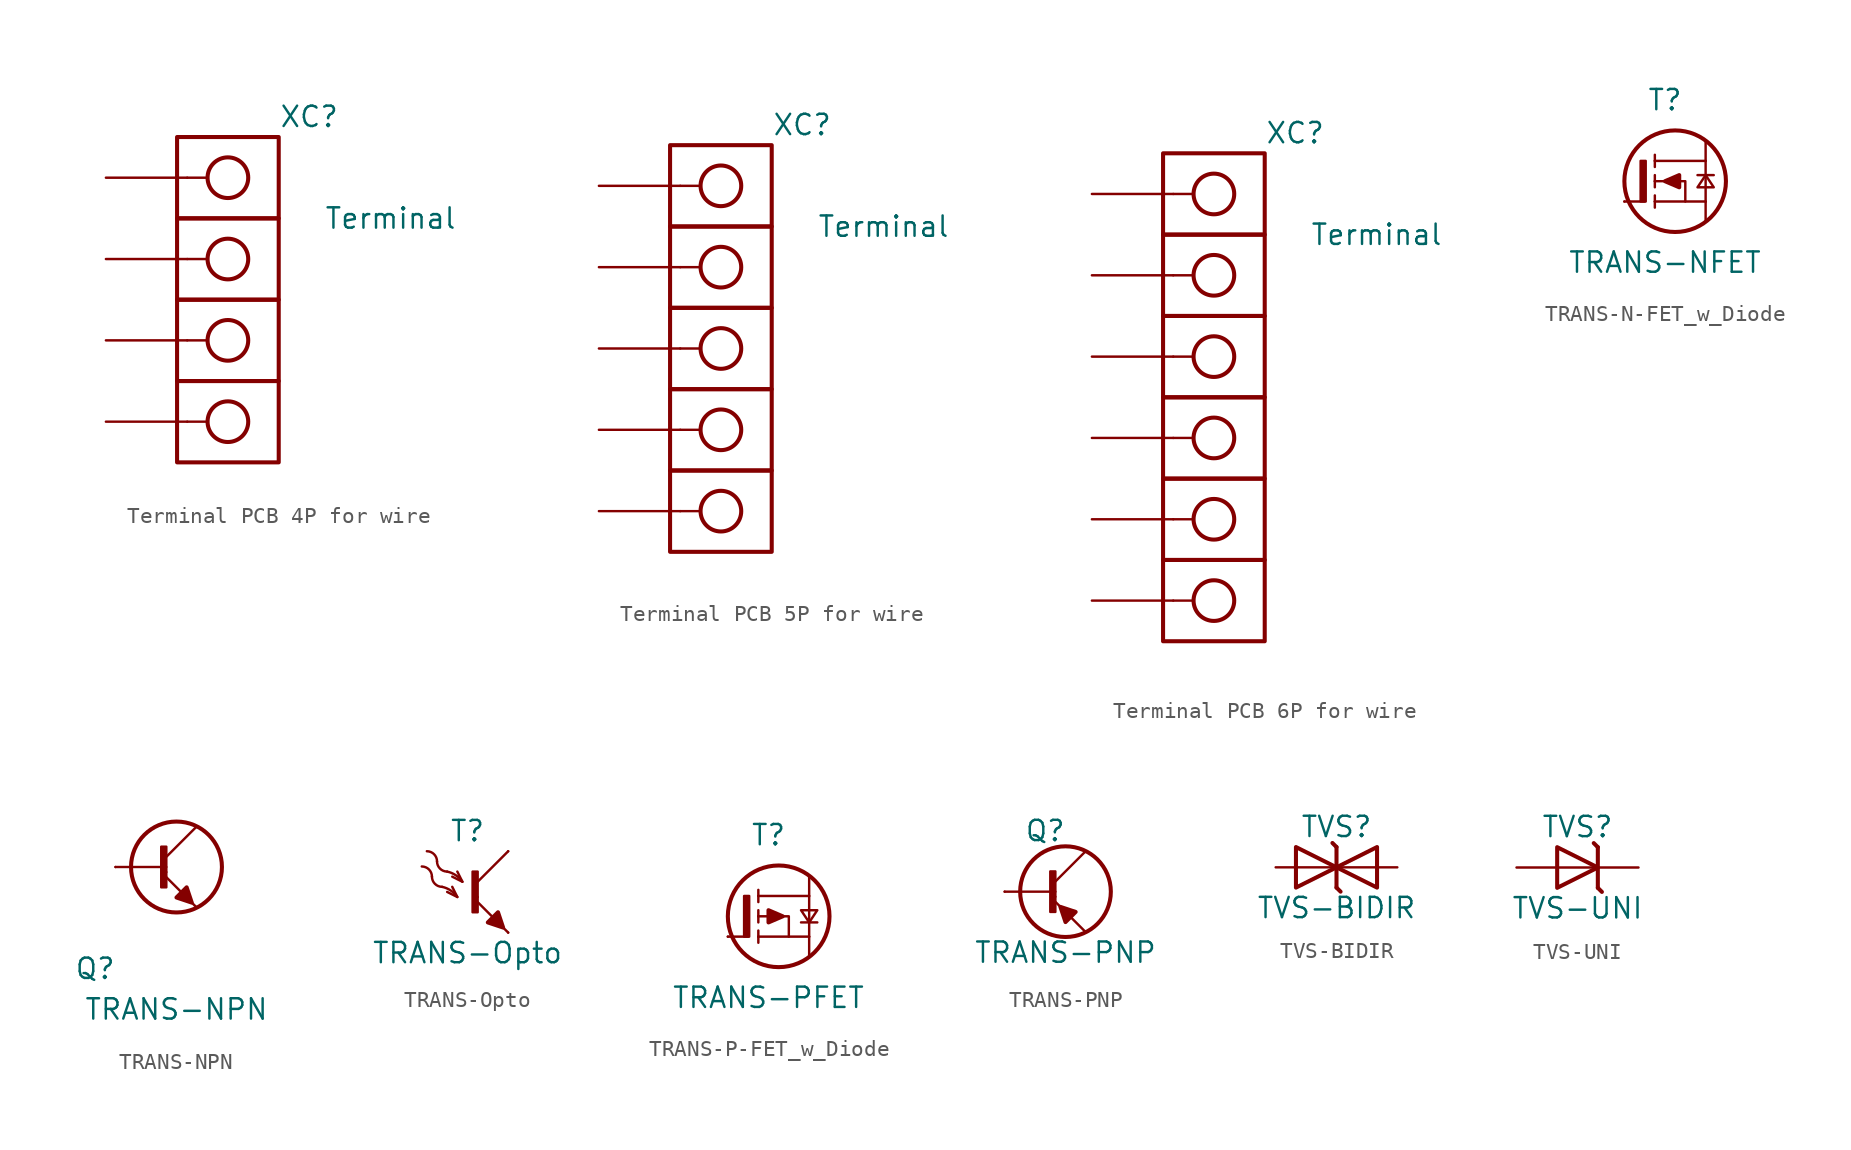
<source format=kicad_sym>
(kicad_symbol_lib
  (version 20220914)
  (generator kicad_symbol_editor)
  (symbol "Terminal PCB 4P for wire"
    (pin_numbers hide)
    (pin_names
      (offset 1.016) hide)
    (property "Reference" "XC"
      (at 5.08 11.43 0)
      (effects (font (size 1.27 1.27))))
    (property "Value" "Terminal"
      (at 10.16 5.08 0)
      (effects (font (size 1.27 1.27))))
    (symbol "Terminal PCB 4P for wire_1_0"
      (polyline (pts (xy -2.54 -7.62) (xy -1.27 -7.62)) (stroke (width 0) (type default)) (fill (type none)))
      (polyline (pts (xy -2.54 -2.54) (xy -1.27 -2.54)) (stroke (width 0) (type default)) (fill (type none)))
      (polyline (pts (xy -2.54 2.54) (xy -1.27 2.54)) (stroke (width 0) (type default)) (fill (type none)))
      (polyline (pts (xy -2.54 7.62) (xy -1.27 7.62)) (stroke (width 0) (type default)) (fill (type none))))
    (symbol "Terminal PCB 4P for wire_1_1"
      (rectangle (start -3.175 -5.08) (end 3.175 -10.16) (stroke (width 0.254) (type default)) (fill (type none)))
      (rectangle (start -3.175 0) (end 3.175 -5.08) (stroke (width 0.254) (type default)) (fill (type none)))
      (rectangle (start -3.175 5.08) (end 3.175 0) (stroke (width 0.254) (type default)) (fill (type none)))
      (rectangle (start -3.175 10.16) (end 3.175 5.08) (stroke (width 0.254) (type default)) (fill (type none)))
      (circle (center 0 -7.62) (radius 1.27) (stroke (width 0.254) (type default)) (fill (type none)))
      (circle (center 0 -2.54) (radius 1.27) (stroke (width 0.254) (type default)) (fill (type none)))
      (circle (center 0 2.54) (radius 1.27) (stroke (width 0.254) (type default)) (fill (type none)))
      (circle (center 0 7.62) (radius 1.27) (stroke (width 0.254) (type default)) (fill (type none)))
      (pin passive line (at -7.62 7.62 0) (length 5.08) (name "1" (effects (font (size 1.27 1.27)))) (number "1" (effects (font (size 1.27 1.27)))))
      (pin passive line (at -7.62 2.54 0) (length 5.08) (name "2" (effects (font (size 1.27 1.27)))) (number "2" (effects (font (size 1.27 1.27)))))
      (pin passive line (at -7.62 -2.54 0) (length 5.08) (name "3" (effects (font (size 1.27 1.27)))) (number "3" (effects (font (size 1.27 1.27)))))
      (pin passive line (at -7.62 -7.62 0) (length 5.08) (name "4" (effects (font (size 1.27 1.27)))) (number "4" (effects (font (size 1.27 1.27)))))))
  (symbol "Terminal PCB 5P for wire"
    (pin_numbers hide)
    (pin_names
      (offset 1.016) hide)
    (property "Reference" "XC"
      (at 5.08 13.97 0)
      (effects (font (size 1.27 1.27))))
    (property "Value" "Terminal"
      (at 10.16 7.62 0)
      (effects (font (size 1.27 1.27))))
    (symbol "Terminal PCB 5P for wire_1_0"
      (polyline (pts (xy -2.54 -10.16) (xy -1.27 -10.16)) (stroke (width 0) (type default)) (fill (type none)))
      (polyline (pts (xy -2.54 -5.08) (xy -1.27 -5.08)) (stroke (width 0) (type default)) (fill (type none)))
      (polyline (pts (xy -2.54 0) (xy -1.27 0)) (stroke (width 0) (type default)) (fill (type none)))
      (polyline (pts (xy -2.54 5.08) (xy -1.27 5.08)) (stroke (width 0) (type default)) (fill (type none)))
      (polyline (pts (xy -2.54 10.16) (xy -1.27 10.16)) (stroke (width 0) (type default)) (fill (type none))))
    (symbol "Terminal PCB 5P for wire_1_1"
      (rectangle (start -3.175 -7.62) (end 3.175 -12.7) (stroke (width 0.254) (type default)) (fill (type none)))
      (rectangle (start -3.175 -2.54) (end 3.175 -7.62) (stroke (width 0.254) (type default)) (fill (type none)))
      (rectangle (start -3.175 2.54) (end 3.175 -2.54) (stroke (width 0.254) (type default)) (fill (type none)))
      (rectangle (start -3.175 7.62) (end 3.175 2.54) (stroke (width 0.254) (type default)) (fill (type none)))
      (rectangle (start -3.175 12.7) (end 3.175 7.62) (stroke (width 0.254) (type default)) (fill (type none)))
      (circle (center 0 -10.16) (radius 1.27) (stroke (width 0.254) (type default)) (fill (type none)))
      (circle (center 0 -5.08) (radius 1.27) (stroke (width 0.254) (type default)) (fill (type none)))
      (circle (center 0 0) (radius 1.27) (stroke (width 0.254) (type default)) (fill (type none)))
      (circle (center 0 5.08) (radius 1.27) (stroke (width 0.254) (type default)) (fill (type none)))
      (circle (center 0 10.16) (radius 1.27) (stroke (width 0.254) (type default)) (fill (type none)))
      (pin passive line (at -7.62 10.16 0) (length 5.08) (name "1" (effects (font (size 1.27 1.27)))) (number "1" (effects (font (size 1.27 1.27)))))
      (pin passive line (at -7.62 5.08 0) (length 5.08) (name "2" (effects (font (size 1.27 1.27)))) (number "2" (effects (font (size 1.27 1.27)))))
      (pin passive line (at -7.62 0 0) (length 5.08) (name "3" (effects (font (size 1.27 1.27)))) (number "3" (effects (font (size 1.27 1.27)))))
      (pin passive line (at -7.62 -5.08 0) (length 5.08) (name "4" (effects (font (size 1.27 1.27)))) (number "4" (effects (font (size 1.27 1.27)))))
      (pin passive line (at -7.62 -10.16 0) (length 5.08) (name "5" (effects (font (size 1.27 1.27)))) (number "5" (effects (font (size 1.27 1.27)))))))
  (symbol "Terminal PCB 6P for wire"
    (pin_numbers hide)
    (pin_names
      (offset 1.016) hide)
    (property "Reference" "XC"
      (at 5.08 16.51 0)
      (effects (font (size 1.27 1.27))))
    (property "Value" "Terminal"
      (at 10.16 10.16 0)
      (effects (font (size 1.27 1.27))))
    (symbol "Terminal PCB 6P for wire_1_0"
      (polyline (pts (xy -2.54 -12.7) (xy -1.27 -12.7)) (stroke (width 0) (type default)) (fill (type none)))
      (polyline (pts (xy -2.54 -7.62) (xy -1.27 -7.62)) (stroke (width 0) (type default)) (fill (type none)))
      (polyline (pts (xy -2.54 -2.54) (xy -1.27 -2.54)) (stroke (width 0) (type default)) (fill (type none)))
      (polyline (pts (xy -2.54 2.54) (xy -1.27 2.54)) (stroke (width 0) (type default)) (fill (type none)))
      (polyline (pts (xy -2.54 7.62) (xy -1.27 7.62)) (stroke (width 0) (type default)) (fill (type none)))
      (polyline (pts (xy -2.54 12.7) (xy -1.27 12.7)) (stroke (width 0) (type default)) (fill (type none))))
    (symbol "Terminal PCB 6P for wire_1_1"
      (rectangle (start -3.175 -10.16) (end 3.175 -15.24) (stroke (width 0.254) (type default)) (fill (type none)))
      (rectangle (start -3.175 -5.08) (end 3.175 -10.16) (stroke (width 0.254) (type default)) (fill (type none)))
      (rectangle (start -3.175 0) (end 3.175 -5.08) (stroke (width 0.254) (type default)) (fill (type none)))
      (rectangle (start -3.175 5.08) (end 3.175 0) (stroke (width 0.254) (type default)) (fill (type none)))
      (rectangle (start -3.175 10.16) (end 3.175 5.08) (stroke (width 0.254) (type default)) (fill (type none)))
      (rectangle (start -3.175 15.24) (end 3.175 10.16) (stroke (width 0.254) (type default)) (fill (type none)))
      (circle (center 0 -12.7) (radius 1.27) (stroke (width 0.254) (type default)) (fill (type none)))
      (circle (center 0 -7.62) (radius 1.27) (stroke (width 0.254) (type default)) (fill (type none)))
      (circle (center 0 -2.54) (radius 1.27) (stroke (width 0.254) (type default)) (fill (type none)))
      (circle (center 0 2.54) (radius 1.27) (stroke (width 0.254) (type default)) (fill (type none)))
      (circle (center 0 7.62) (radius 1.27) (stroke (width 0.254) (type default)) (fill (type none)))
      (circle (center 0 12.7) (radius 1.27) (stroke (width 0.254) (type default)) (fill (type none)))
      (pin passive line (at -7.62 12.7 0) (length 5.08) (name "1" (effects (font (size 1.27 1.27)))) (number "1" (effects (font (size 1.27 1.27)))))
      (pin passive line (at -7.62 7.62 0) (length 5.08) (name "2" (effects (font (size 1.27 1.27)))) (number "2" (effects (font (size 1.27 1.27)))))
      (pin passive line (at -7.62 2.54 0) (length 5.08) (name "3" (effects (font (size 1.27 1.27)))) (number "3" (effects (font (size 1.27 1.27)))))
      (pin passive line (at -7.62 -2.54 0) (length 5.08) (name "4" (effects (font (size 1.27 1.27)))) (number "4" (effects (font (size 1.27 1.27)))))
      (pin passive line (at -7.62 -7.62 0) (length 5.08) (name "5" (effects (font (size 1.27 1.27)))) (number "5" (effects (font (size 1.27 1.27)))))
      (pin passive line (at -7.62 -12.7 0) (length 5.08) (name "6" (effects (font (size 1.27 1.27)))) (number "6" (effects (font (size 1.27 1.27)))))))
  (symbol "TRANS-N-FET_w_Diode"
    (pin_numbers hide)
    (pin_names
      (offset 1.016) hide)
    (property "Reference" "T"
      (at 0 5.08 0)
      (effects (font (size 1.27 1.27))))
    (property "Value" "TRANS-NFET"
      (at 0 -5.08 0)
      (effects (font (size 1.27 1.27))))
    (symbol "TRANS-N-FET_w_Diode_0_0"
      (polyline (pts (xy -0.635 -1.27) (xy -0.635 -1.651)) (stroke (width 0) (type solid)) (fill (type none)))
      (polyline (pts (xy -0.635 -1.27) (xy -0.635 -0.889)) (stroke (width 0) (type solid)) (fill (type none)))
      (polyline (pts (xy -0.635 0) (xy -0.635 -0.381)) (stroke (width 0) (type solid)) (fill (type none)))
      (polyline (pts (xy -0.635 0) (xy -0.635 0.381)) (stroke (width 0) (type solid)) (fill (type none)))
      (polyline (pts (xy -0.635 1.27) (xy -0.635 0.889)) (stroke (width 0) (type solid)) (fill (type none)))
      (polyline (pts (xy -0.635 1.27) (xy -0.635 1.651)) (stroke (width 0) (type solid)) (fill (type none)))
      (polyline (pts (xy 2.032 0.381) (xy 3.048 0.381)) (stroke (width 0) (type solid)) (fill (type none)))
      (polyline (pts (xy 2.54 -2.54) (xy 2.54 -1.27)) (stroke (width 0) (type solid)) (fill (type none)))
      (polyline (pts (xy 2.54 -1.27) (xy -0.635 -1.27)) (stroke (width 0) (type solid)) (fill (type none)))
      (polyline (pts (xy 2.54 1.27) (xy -0.635 1.27)) (stroke (width 0) (type solid)) (fill (type none)))
      (polyline (pts (xy 2.54 1.27) (xy 2.54 -1.27)) (stroke (width 0) (type solid)) (fill (type none)))
      (polyline (pts (xy 2.54 1.27) (xy 2.54 2.54)) (stroke (width 0) (type solid)) (fill (type none)))
      (polyline (pts (xy 2.032 -0.381) (xy 3.048 -0.381) (xy 2.54 0.381) (xy 2.032 -0.381)) (stroke (width 0) (type solid)) (fill (type none)))
      (polyline (pts (xy -0.635 0) (xy -0.127 0) (xy 0.635 0) (xy 1.27 0) (xy 1.27 -1.27)) (stroke (width 0) (type solid)) (fill (type none))))
    (symbol "TRANS-N-FET_w_Diode_0_1"
      (rectangle (start -1.524 1.27) (end -1.206 -1.27) (stroke (width 0) (type default)) (fill (type outline)))
      (polyline (pts (xy -2.54 -1.27) (xy -1.27 -1.27)) (stroke (width 0) (type default)) (fill (type none)))
      (polyline (pts (xy 0 0) (xy 0.889 -0.381) (xy 0.889 0.381) (xy 0 0)) (stroke (width 0.254) (type default)) (fill (type outline))))
    (symbol "TRANS-N-FET_w_Diode_1_0"
      (circle (center 0.635 0) (radius 3.175) (stroke (width 0.254) (type solid)) (fill (type none))))
    (symbol "TRANS-N-FET_w_Diode_1_1"
      (pin passive line (at 2.54 2.54 180) (length 0) (name "D" (effects (font (size 1.27 1.27)))) (number "D" (effects (font (size 1.27 1.27)))))
      (pin passive line (at -2.54 -1.27 0) (length 0) (name "G" (effects (font (size 1.27 1.27)))) (number "G" (effects (font (size 1.27 1.27)))))
      (pin passive line (at 2.54 -2.54 180) (length 0) (name "S" (effects (font (size 1.27 1.27)))) (number "S" (effects (font (size 1.27 1.27)))))))
  (symbol "TRANS-NPN"
    (pin_numbers hide)
    (pin_names
      (offset 1.016) hide)
    (property "Reference" "Q"
      (at -5.08 -6.35 0)
      (effects (font (size 1.27 1.27))))
    (property "Value" "TRANS-NPN"
      (at 0 -8.89 0)
      (effects (font (size 1.27 1.27))))
    (symbol "TRANS-NPN_0_1"
      (rectangle (start -0.953 1.27) (end -0.635 -1.27) (stroke (width 0) (type default)) (fill (type outline)))
      (rectangle (start -0.635 -0.318) (end -0.635 -0.318) (stroke (width 0) (type default)) (fill (type none)))
      (polyline (pts (xy -3.81 0) (xy -0.635 0)) (stroke (width 0) (type default)) (fill (type none)))
      (polyline (pts (xy -0.635 -0.635) (xy 1.27 -2.54)) (stroke (width 0) (type default)) (fill (type none)))
      (polyline (pts (xy 1.27 2.54) (xy -0.635 0.635)) (stroke (width 0) (type default)) (fill (type none)))
      (polyline (pts (xy 0.953 -2.223) (xy 0.635 -1.27) (xy 0 -1.905) (xy 0.953 -2.223)) (stroke (width 0.254) (type default)) (fill (type outline))))
    (symbol "TRANS-NPN_1_0"
      (circle (center 0 0) (radius 2.84) (stroke (width 0.254) (type solid)) (fill (type none))))
    (symbol "TRANS-NPN_1_1"
      (pin passive line (at -3.81 0 0) (length 0) (name "B" (effects (font (size 1.27 1.27)))) (number "B" (effects (font (size 1.27 1.27)))))
      (pin passive line (at 1.27 2.54 180) (length 0) (name "C" (effects (font (size 1.27 1.27)))) (number "C" (effects (font (size 1.27 1.27)))))
      (pin passive line (at 1.27 -2.54 180) (length 0) (name "E" (effects (font (size 1.27 1.27)))) (number "E" (effects (font (size 1.27 1.27)))))))
  (symbol "TRANS-Opto"
    (pin_numbers hide)
    (pin_names
      (offset 1.016) hide)
    (property "Reference" "T"
      (at 0 3.81 0)
      (effects (font (size 1.27 1.27))))
    (property "Value" "TRANS-Opto"
      (at 0 -3.81 0)
      (effects (font (size 1.27 1.27))))
    (symbol "TRANS-Opto_0_1"
      (arc (start -2.2225 0.9525) (mid -2.0359 0.5041) (end -1.5875 0.3175) (stroke (width 0) (type default)) (fill (type none)))
      (arc (start -2.2204 0.9546) (mid -2.407 1.403) (end -2.8554 1.5896) (stroke (width 0) (type default)) (fill (type none)))
      (arc (start -1.905 1.905) (mid -1.7184 1.4566) (end -1.27 1.27) (stroke (width 0) (type default)) (fill (type none)))
      (arc (start -1.9029 1.9071) (mid -2.0895 2.3555) (end -2.5379 2.5421) (stroke (width 0) (type default)) (fill (type none)))
      (arc (start -0.635 -0.3175) (mid -1.0507 0.0909) (end -1.5875 0.3175) (stroke (width 0) (type default)) (fill (type none)))
      (arc (start -0.3175 0.635) (mid -0.7332 1.0434) (end -1.27 1.27) (stroke (width 0) (type default)) (fill (type none)))
      (polyline (pts (xy 0.635 -0.635) (xy 2.54 -2.54)) (stroke (width 0) (type default)) (fill (type none)))
      (polyline (pts (xy 2.54 2.54) (xy 0.635 0.635)) (stroke (width 0) (type default)) (fill (type none)))
      (polyline (pts (xy -1.27 0) (xy -0.635 -0.318) (xy -0.953 0.318)) (stroke (width 0) (type default)) (fill (type none)))
      (polyline (pts (xy -0.953 0.953) (xy -0.318 0.635) (xy -0.635 1.27)) (stroke (width 0) (type default)) (fill (type none)))
      (polyline (pts (xy 2.223 -2.223) (xy 1.905 -1.27) (xy 1.27 -1.905) (xy 2.223 -2.223)) (stroke (width 0.254) (type default)) (fill (type outline)))
      (rectangle (start 0.318 1.27) (end 0.635 -1.27) (stroke (width 0) (type default)) (fill (type outline)))
      (rectangle (start 0.635 -0.318) (end 0.635 -0.318) (stroke (width 0) (type default)) (fill (type none))))
    (symbol "TRANS-Opto_1_1"
      (pin passive line (at 2.54 -2.54 180) (length 0) (name "E" (effects (font (size 1.27 1.27)))) (number "1" (effects (font (size 1.27 1.27)))))
      (pin passive line (at 2.54 2.54 180) (length 0) (name "C" (effects (font (size 1.27 1.27)))) (number "4" (effects (font (size 1.27 1.27)))))))
  (symbol "TRANS-P-FET_w_Diode"
    (pin_numbers hide)
    (pin_names
      (offset 1.016) hide)
    (property "Reference" "T"
      (at 0 5.08 0)
      (effects (font (size 1.27 1.27))))
    (property "Value" "TRANS-PFET"
      (at 0 -5.08 0)
      (effects (font (size 1.27 1.27))))
    (symbol "TRANS-P-FET_w_Diode_0_0"
      (polyline (pts (xy -0.635 -1.27) (xy -0.635 -1.651)) (stroke (width 0) (type solid)) (fill (type none)))
      (polyline (pts (xy -0.635 -1.27) (xy -0.635 -0.889)) (stroke (width 0) (type solid)) (fill (type none)))
      (polyline (pts (xy -0.635 0) (xy -0.635 -0.381)) (stroke (width 0) (type solid)) (fill (type none)))
      (polyline (pts (xy -0.635 0) (xy -0.635 0.381)) (stroke (width 0) (type solid)) (fill (type none)))
      (polyline (pts (xy -0.635 1.27) (xy -0.635 0.889)) (stroke (width 0) (type solid)) (fill (type none)))
      (polyline (pts (xy -0.635 1.27) (xy -0.635 1.651)) (stroke (width 0) (type solid)) (fill (type none)))
      (polyline (pts (xy 2.54 -2.54) (xy 2.54 -1.27)) (stroke (width 0) (type solid)) (fill (type none)))
      (polyline (pts (xy 2.54 -1.27) (xy -0.635 -1.27)) (stroke (width 0) (type solid)) (fill (type none)))
      (polyline (pts (xy 2.54 1.27) (xy -0.635 1.27)) (stroke (width 0) (type solid)) (fill (type none)))
      (polyline (pts (xy 2.54 1.27) (xy 2.54 -1.27)) (stroke (width 0) (type solid)) (fill (type none)))
      (polyline (pts (xy 2.54 1.27) (xy 2.54 2.54)) (stroke (width 0) (type solid)) (fill (type none)))
      (polyline (pts (xy 3.048 -0.381) (xy 2.032 -0.381)) (stroke (width 0) (type solid)) (fill (type none)))
      (polyline (pts (xy 3.048 0.381) (xy 2.032 0.381) (xy 2.54 -0.381) (xy 3.048 0.381)) (stroke (width 0) (type solid)) (fill (type none)))
      (polyline (pts (xy -0.635 0) (xy -0.127 0) (xy 0.635 0) (xy 1.27 0) (xy 1.27 -1.27)) (stroke (width 0) (type solid)) (fill (type none))))
    (symbol "TRANS-P-FET_w_Diode_0_1"
      (rectangle (start -1.524 1.27) (end -1.206 -1.27) (stroke (width 0) (type default)) (fill (type outline)))
      (polyline (pts (xy -2.54 -1.27) (xy -1.27 -1.27)) (stroke (width 0) (type default)) (fill (type none)))
      (polyline (pts (xy 0.889 0) (xy 0 -0.381) (xy 0 0.381) (xy 0.889 0)) (stroke (width 0.254) (type default)) (fill (type outline))))
    (symbol "TRANS-P-FET_w_Diode_1_0"
      (circle (center 0.635 0) (radius 3.175) (stroke (width 0.254) (type solid)) (fill (type none))))
    (symbol "TRANS-P-FET_w_Diode_1_1"
      (pin passive line (at 2.54 2.54 180) (length 0) (name "D" (effects (font (size 1.27 1.27)))) (number "D" (effects (font (size 1.27 1.27)))))
      (pin passive line (at -2.54 -1.27 0) (length 0) (name "G" (effects (font (size 1.27 1.27)))) (number "G" (effects (font (size 1.27 1.27)))))
      (pin passive line (at 2.54 -2.54 180) (length 0) (name "S" (effects (font (size 1.27 1.27)))) (number "S" (effects (font (size 1.27 1.27)))))))
  (symbol "TRANS-PNP"
    (pin_numbers hide)
    (pin_names
      (offset 1.016) hide)
    (property "Reference" "Q"
      (at -1.27 3.81 0)
      (effects (font (size 1.27 1.27))))
    (property "Value" "TRANS-PNP"
      (at 0 -3.81 0)
      (effects (font (size 1.27 1.27))))
    (symbol "TRANS-PNP_0_1"
      (rectangle (start -0.953 1.27) (end -0.635 -1.27) (stroke (width 0) (type default)) (fill (type outline)))
      (rectangle (start -0.635 -0.318) (end -0.635 -0.318) (stroke (width 0) (type default)) (fill (type none)))
      (polyline (pts (xy -3.81 0) (xy -0.635 0)) (stroke (width 0) (type default)) (fill (type none)))
      (polyline (pts (xy -0.635 -0.635) (xy 1.27 -2.54)) (stroke (width 0) (type default)) (fill (type none)))
      (polyline (pts (xy 1.27 2.54) (xy -0.635 0.635)) (stroke (width 0) (type default)) (fill (type none)))
      (polyline (pts (xy -0.318 -0.953) (xy 0 -1.905) (xy 0.635 -1.27) (xy -0.318 -0.953)) (stroke (width 0.254) (type default)) (fill (type outline))))
    (symbol "TRANS-PNP_1_0"
      (circle (center 0 0) (radius 2.84) (stroke (width 0.254) (type solid)) (fill (type none))))
    (symbol "TRANS-PNP_1_1"
      (pin passive line (at -3.81 0 0) (length 0) (name "B" (effects (font (size 1.27 1.27)))) (number "B" (effects (font (size 1.27 1.27)))))
      (pin passive line (at 1.27 2.54 180) (length 0) (name "C" (effects (font (size 1.27 1.27)))) (number "C" (effects (font (size 1.27 1.27)))))
      (pin passive line (at 1.27 -2.54 180) (length 0) (name "E" (effects (font (size 1.27 1.27)))) (number "E" (effects (font (size 1.27 1.27)))))))
  (symbol "TVS-BIDIR"
    (pin_numbers hide)
    (pin_names
      (offset 0) hide)
    (property "Reference" "TVS"
      (at 0 2.54 0)
      (effects (font (size 1.27 1.27))))
    (property "Value" "TVS-BIDIR"
      (at 0 -2.54 0)
      (effects (font (size 1.27 1.27))))
    (symbol "TVS-BIDIR_0_0"
      (polyline (pts (xy 0 0) (xy -2.54 0)) (stroke (width 0.152) (type default)) (fill (type none)))
      (polyline (pts (xy 2.54 0) (xy 0 0)) (stroke (width 0.152) (type default)) (fill (type none))))
    (symbol "TVS-BIDIR_0_1"
      (polyline (pts (xy 0 1.27) (xy -0.254 1.524)) (stroke (width 0.254) (type default)) (fill (type none)))
      (polyline (pts (xy 0 1.27) (xy 0 -1.27)) (stroke (width 0.254) (type default)) (fill (type none)))
      (polyline (pts (xy 0.254 -1.524) (xy 0 -1.27)) (stroke (width 0.254) (type default)) (fill (type none)))
      (polyline (pts (xy -2.54 1.27) (xy -2.54 -1.27) (xy 0 0) (xy -2.54 1.27)) (stroke (width 0.254) (type default)) (fill (type none)))
      (polyline (pts (xy 2.54 -1.27) (xy 2.54 1.27) (xy 0 0) (xy 2.54 -1.27)) (stroke (width 0.254) (type default)) (fill (type none))))
    (symbol "TVS-BIDIR_1_1"
      (pin passive line (at 3.81 0 180) (length 1.27) (name "C" (effects (font (size 1.27 1.27)))) (number "1" (effects (font (size 1.27 1.27)))))
      (pin passive line (at -3.81 0 0) (length 1.27) (name "A" (effects (font (size 1.27 1.27)))) (number "2" (effects (font (size 1.27 1.27)))))))
  (symbol "TVS-UNI"
    (pin_numbers hide)
    (pin_names
      (offset 0) hide)
    (property "Reference" "TVS"
      (at 0 2.54 0)
      (effects (font (size 1.27 1.27))))
    (property "Value" "TVS-UNI"
      (at 0 -2.54 0)
      (effects (font (size 1.27 1.27))))
    (symbol "TVS-UNI_0_0"
      (polyline (pts (xy 1.27 0) (xy -1.27 0)) (stroke (width 0.152) (type default)) (fill (type none))))
    (symbol "TVS-UNI_0_1"
      (polyline (pts (xy 1.27 1.27) (xy 1.016 1.524)) (stroke (width 0.254) (type default)) (fill (type none)))
      (polyline (pts (xy 1.27 1.27) (xy 1.27 -1.27)) (stroke (width 0.254) (type default)) (fill (type none)))
      (polyline (pts (xy 1.524 -1.524) (xy 1.27 -1.27)) (stroke (width 0.254) (type default)) (fill (type none)))
      (polyline (pts (xy -1.27 1.27) (xy -1.27 -1.27) (xy 1.27 0) (xy -1.27 1.27)) (stroke (width 0.254) (type default)) (fill (type none))))
    (symbol "TVS-UNI_1_1"
      (pin passive line (at 3.81 0 180) (length 2.54) (name "C" (effects (font (size 1.27 1.27)))) (number "1" (effects (font (size 1.27 1.27)))))
      (pin passive line (at -3.81 0 0) (length 2.54) (name "A" (effects (font (size 1.27 1.27)))) (number "2" (effects (font (size 1.27 1.27))))))))
</source>
